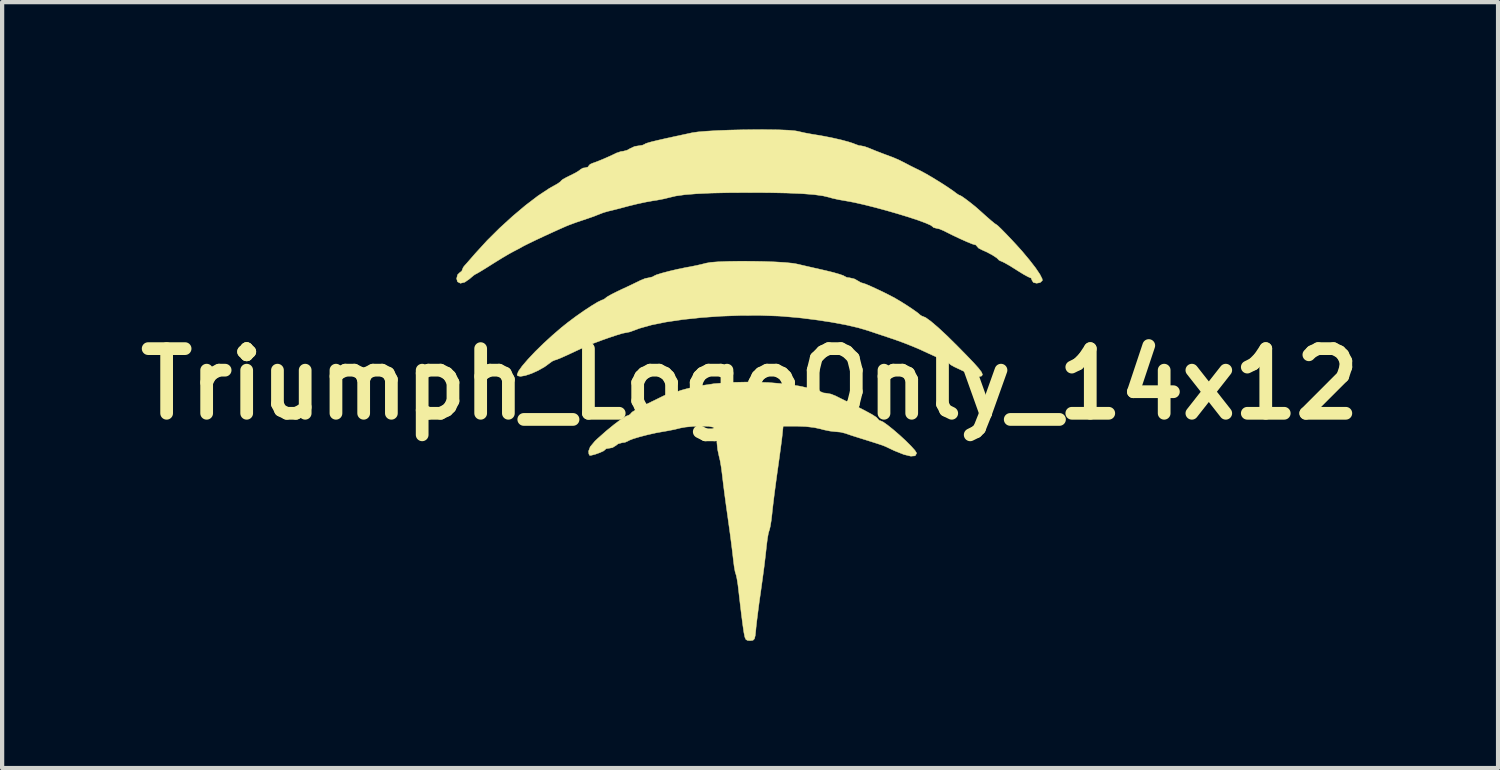
<source format=kicad_pcb>
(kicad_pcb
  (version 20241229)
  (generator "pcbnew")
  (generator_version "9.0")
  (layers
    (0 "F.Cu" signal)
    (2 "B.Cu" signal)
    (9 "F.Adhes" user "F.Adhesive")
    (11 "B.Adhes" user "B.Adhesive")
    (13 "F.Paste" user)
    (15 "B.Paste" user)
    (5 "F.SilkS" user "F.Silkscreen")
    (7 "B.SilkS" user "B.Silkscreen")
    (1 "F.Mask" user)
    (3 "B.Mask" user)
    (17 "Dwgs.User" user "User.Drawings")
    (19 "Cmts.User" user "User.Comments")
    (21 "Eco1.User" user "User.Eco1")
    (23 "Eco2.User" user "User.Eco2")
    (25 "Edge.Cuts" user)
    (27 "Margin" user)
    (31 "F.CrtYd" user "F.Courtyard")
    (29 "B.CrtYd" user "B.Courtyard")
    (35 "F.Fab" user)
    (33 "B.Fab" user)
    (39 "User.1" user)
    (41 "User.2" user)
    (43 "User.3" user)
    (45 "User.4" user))
  (footprint "Triumph_LogoOnly_14x12"
    (layer "F.Cu")
    (at 14.63 6.002)
    (property "Reference" "Triumph_LogoOnly_14x12" (at 0 0 0) (layer "F.SilkS") (effects (font (size 1.524 1.524) (thickness 0.3))))
    (attr through_hole)
    (fp_poly (pts (xy 0.036 -2.894) (xy 0.321 -2.889) (xy 0.588 -2.879) (xy 0.822 -2.865) (xy 1.003 -2.847) (xy 1.087 -2.833) (xy 1.253 -2.795) (xy 1.466 -2.746) (xy 1.691 -2.695) (xy 1.778 -2.675) (xy 1.959 -2.631) (xy 2.105 -2.589) (xy 2.2 -2.556) (xy 2.223 -2.542) (xy 2.28 -2.513) (xy 2.343 -2.505) (xy 2.456 -2.479) (xy 2.524 -2.442) (xy 2.609 -2.392) (xy 2.658 -2.377) (xy 2.716 -2.359) (xy 2.83 -2.311) (xy 2.978 -2.243) (xy 3.139 -2.167) (xy 3.292 -2.09) (xy 3.416 -2.024) (xy 3.43 -2.016) (xy 3.571 -1.932) (xy 3.718 -1.839) (xy 3.852 -1.749) (xy 3.953 -1.677) (xy 4.003 -1.634) (xy 4.005 -1.631) (xy 4.054 -1.599) (xy 4.063 -1.598) (xy 4.138 -1.567) (xy 4.264 -1.476) (xy 4.434 -1.331) (xy 4.643 -1.137) (xy 4.876 -0.907) (xy 5.102 -0.677) (xy 5.271 -0.501) (xy 5.387 -0.371) (xy 5.455 -0.281) (xy 5.478 -0.223) (xy 5.46 -0.19) (xy 5.408 -0.176) (xy 5.329 -0.173) (xy 5.229 -0.181) (xy 5.18 -0.202) (xy 5.178 -0.207) (xy 5.142 -0.241) (xy 5.048 -0.295) (xy 4.941 -0.346) (xy 4.815 -0.405) (xy 4.729 -0.453) (xy 4.703 -0.476) (xy 4.667 -0.507) (xy 4.576 -0.555) (xy 4.519 -0.581) (xy 4.386 -0.64) (xy 4.212 -0.719) (xy 4.035 -0.801) (xy 4.034 -0.802) (xy 3.85 -0.881) (xy 3.623 -0.971) (xy 3.394 -1.054) (xy 3.321 -1.078) (xy 3.13 -1.142) (xy 2.956 -1.2) (xy 2.825 -1.244) (xy 2.781 -1.259) (xy 2.547 -1.328) (xy 2.247 -1.397) (xy 1.899 -1.461) (xy 1.524 -1.517) (xy 1.14 -1.564) (xy 0.767 -1.596) (xy 0.683 -1.602) (xy 0.237 -1.618) (xy -0.228 -1.616) (xy -0.696 -1.599) (xy -1.154 -1.566) (xy -1.588 -1.52) (xy -1.984 -1.461) (xy -2.329 -1.391) (xy -2.609 -1.312) (xy -2.718 -1.271) (xy -2.833 -1.229) (xy -2.925 -1.21) (xy -2.93 -1.21) (xy -3.005 -1.195) (xy -3.138 -1.155) (xy -3.31 -1.098) (xy -3.5 -1.031) (xy -3.687 -0.961) (xy -3.849 -0.895) (xy -3.915 -0.866) (xy -4.054 -0.802) (xy -4.224 -0.723) (xy -4.329 -0.674) (xy -4.462 -0.615) (xy -4.564 -0.574) (xy -4.607 -0.562) (xy -4.665 -0.536) (xy -4.711 -0.502) (xy -4.842 -0.406) (xy -4.995 -0.319) (xy -5.153 -0.248) (xy -5.298 -0.2) (xy -5.413 -0.18) (xy -5.481 -0.195) (xy -5.491 -0.221) (xy -5.46 -0.3) (xy -5.372 -0.424) (xy -5.237 -0.581) (xy -5.067 -0.762) (xy -4.871 -0.954) (xy -4.659 -1.148) (xy -4.443 -1.334) (xy -4.304 -1.445) (xy -4.108 -1.592) (xy -3.914 -1.728) (xy -3.737 -1.844) (xy -3.592 -1.932) (xy -3.493 -1.98) (xy -3.464 -1.987) (xy -3.413 -2.019) (xy -3.411 -2.023) (xy -3.368 -2.056) (xy -3.264 -2.115) (xy -3.12 -2.187) (xy -3.051 -2.22) (xy -2.877 -2.301) (xy -2.72 -2.376) (xy -2.605 -2.432) (xy -2.583 -2.443) (xy -2.473 -2.488) (xy -2.386 -2.505) (xy -2.299 -2.526) (xy -2.271 -2.544) (xy -2.208 -2.574) (xy -2.079 -2.614) (xy -1.905 -2.66) (xy -1.706 -2.707) (xy -1.501 -2.749) (xy -1.409 -2.765) (xy -1.246 -2.798) (xy -1.09 -2.835) (xy -1.042 -2.848) (xy -0.93 -2.868) (xy -0.749 -2.882) (xy -0.516 -2.891) (xy -0.249 -2.895) (xy 0.036 -2.894)) (stroke (width 0.01) (type solid)) (fill yes) (layer "F.SilkS"))
    (fp_poly (pts (xy 0.426 -0.036) (xy 0.834 -0.002) (xy 1.155 0.047) (xy 1.346 0.088) (xy 1.507 0.127) (xy 1.617 0.159) (xy 1.655 0.177) (xy 1.729 0.209) (xy 1.792 0.216) (xy 1.901 0.235) (xy 2.011 0.278) (xy 2.109 0.327) (xy 2.256 0.4) (xy 2.42 0.481) (xy 2.435 0.489) (xy 2.689 0.617) (xy 2.868 0.714) (xy 2.976 0.783) (xy 3.017 0.827) (xy 3.018 0.832) (xy 3.052 0.862) (xy 3.068 0.864) (xy 3.133 0.892) (xy 3.241 0.968) (xy 3.376 1.076) (xy 3.524 1.204) (xy 3.669 1.337) (xy 3.794 1.462) (xy 3.885 1.563) (xy 3.925 1.627) (xy 3.926 1.633) (xy 3.891 1.692) (xy 3.79 1.701) (xy 3.625 1.661) (xy 3.399 1.571) (xy 3.191 1.472) (xy 3.123 1.445) (xy 2.994 1.402) (xy 2.827 1.349) (xy 2.738 1.321) (xy 2.555 1.264) (xy 2.394 1.213) (xy 2.28 1.174) (xy 2.25 1.163) (xy 2.133 1.134) (xy 2.012 1.123) (xy 1.886 1.109) (xy 1.729 1.077) (xy 1.662 1.058) (xy 1.509 1.025) (xy 1.312 1.002) (xy 1.115 0.994) (xy 0.78 0.994) (xy 0.759 1.199) (xy 0.746 1.315) (xy 0.722 1.496) (xy 0.692 1.719) (xy 0.658 1.963) (xy 0.645 2.052) (xy 0.609 2.314) (xy 0.574 2.58) (xy 0.544 2.822) (xy 0.522 3.012) (xy 0.519 3.048) (xy 0.499 3.218) (xy 0.476 3.357) (xy 0.456 3.442) (xy 0.451 3.451) (xy 0.432 3.517) (xy 0.409 3.646) (xy 0.388 3.813) (xy 0.381 3.88) (xy 0.36 4.067) (xy 0.331 4.31) (xy 0.295 4.579) (xy 0.258 4.845) (xy 0.253 4.881) (xy 0.217 5.131) (xy 0.185 5.376) (xy 0.158 5.591) (xy 0.14 5.751) (xy 0.138 5.778) (xy 0.123 5.925) (xy 0.103 6.006) (xy 0.069 6.04) (xy 0.009 6.048) (xy -0.004 6.048) (xy -0.06 6.044) (xy -0.098 6.022) (xy -0.124 5.965) (xy -0.146 5.855) (xy -0.172 5.678) (xy -0.173 5.67) (xy -0.204 5.431) (xy -0.236 5.164) (xy -0.264 4.922) (xy -0.265 4.912) (xy -0.286 4.735) (xy -0.309 4.59) (xy -0.329 4.499) (xy -0.335 4.483) (xy -0.354 4.419) (xy -0.376 4.294) (xy -0.396 4.133) (xy -0.399 4.107) (xy -0.418 3.942) (xy -0.446 3.718) (xy -0.48 3.461) (xy -0.517 3.199) (xy -0.526 3.132) (xy -0.563 2.872) (xy -0.598 2.612) (xy -0.628 2.378) (xy -0.65 2.196) (xy -0.654 2.16) (xy -0.677 1.977) (xy -0.706 1.807) (xy -0.735 1.686) (xy -0.735 1.685) (xy -0.765 1.544) (xy -0.782 1.377) (xy -0.783 1.332) (xy -0.787 1.171) (xy -0.81 1.071) (xy -0.868 1.018) (xy -0.979 0.997) (xy -1.158 0.994) (xy -1.166 0.994) (xy -1.35 0.999) (xy -1.521 1.015) (xy -1.643 1.037) (xy -1.647 1.038) (xy -1.78 1.071) (xy -1.948 1.104) (xy -2.036 1.119) (xy -2.22 1.152) (xy -2.416 1.196) (xy -2.601 1.244) (xy -2.754 1.29) (xy -2.854 1.329) (xy -2.876 1.343) (xy -2.949 1.375) (xy -3.011 1.382) (xy -3.112 1.41) (xy -3.159 1.447) (xy -3.243 1.499) (xy -3.315 1.512) (xy -3.394 1.525) (xy -3.418 1.548) (xy -3.454 1.578) (xy -3.543 1.618) (xy -3.651 1.657) (xy -3.747 1.681) (xy -3.779 1.685) (xy -3.8 1.648) (xy -3.807 1.583) (xy -3.768 1.48) (xy -3.655 1.344) (xy -3.599 1.291) (xy -3.393 1.108) (xy -3.203 0.953) (xy -3.043 0.833) (xy -2.923 0.758) (xy -2.858 0.734) (xy -2.815 0.705) (xy -2.813 0.694) (xy -2.777 0.659) (xy -2.68 0.598) (xy -2.541 0.524) (xy -2.478 0.493) (xy -2.309 0.411) (xy -2.157 0.337) (xy -2.048 0.283) (xy -2.029 0.274) (xy -1.922 0.231) (xy -1.845 0.216) (xy -1.748 0.195) (xy -1.7 0.174) (xy -1.627 0.148) (xy -1.492 0.111) (xy -1.316 0.07) (xy -1.195 0.044) (xy -0.847 -0.008) (xy -0.442 -0.039) (xy -0.009 -0.048) (xy 0.426 -0.036)) (stroke (width 0.01) (type solid)) (fill yes) (layer "F.SilkS"))
    (fp_poly (pts (xy 0.422 -5.996) (xy 0.685 -5.992) (xy 0.904 -5.983) (xy 1.061 -5.969) (xy 1.118 -5.959) (xy 1.28 -5.922) (xy 1.469 -5.887) (xy 1.55 -5.874) (xy 1.744 -5.841) (xy 1.953 -5.799) (xy 2.154 -5.753) (xy 2.324 -5.707) (xy 2.441 -5.669) (xy 2.467 -5.657) (xy 2.566 -5.621) (xy 2.612 -5.616) (xy 2.698 -5.599) (xy 2.811 -5.557) (xy 2.817 -5.555) (xy 2.935 -5.506) (xy 3.092 -5.445) (xy 3.201 -5.404) (xy 3.376 -5.339) (xy 3.516 -5.278) (xy 3.668 -5.201) (xy 3.71 -5.179) (xy 3.782 -5.141) (xy 3.903 -5.081) (xy 4.004 -5.032) (xy 4.142 -4.958) (xy 4.315 -4.857) (xy 4.5 -4.743) (xy 4.672 -4.631) (xy 4.808 -4.537) (xy 4.863 -4.494) (xy 4.925 -4.454) (xy 4.943 -4.449) (xy 4.99 -4.424) (xy 5.081 -4.36) (xy 5.195 -4.273) (xy 5.311 -4.18) (xy 5.398 -4.104) (xy 5.554 -3.964) (xy 5.682 -3.852) (xy 5.77 -3.78) (xy 5.806 -3.758) (xy 5.843 -3.729) (xy 5.924 -3.651) (xy 6.034 -3.539) (xy 6.159 -3.408) (xy 6.284 -3.273) (xy 6.395 -3.15) (xy 6.411 -3.132) (xy 6.588 -2.92) (xy 6.731 -2.735) (xy 6.832 -2.585) (xy 6.885 -2.48) (xy 6.89 -2.439) (xy 6.837 -2.391) (xy 6.755 -2.376) (xy 6.679 -2.393) (xy 6.647 -2.441) (xy 6.624 -2.498) (xy 6.605 -2.505) (xy 6.552 -2.528) (xy 6.446 -2.586) (xy 6.308 -2.671) (xy 6.263 -2.7) (xy 6.119 -2.79) (xy 6.001 -2.857) (xy 5.929 -2.892) (xy 5.919 -2.894) (xy 5.865 -2.921) (xy 5.862 -2.927) (xy 5.813 -2.974) (xy 5.712 -3.04) (xy 5.586 -3.108) (xy 5.47 -3.16) (xy 5.385 -3.204) (xy 5.351 -3.244) (xy 5.317 -3.281) (xy 5.3 -3.283) (xy 5.237 -3.301) (xy 5.117 -3.35) (xy 4.958 -3.421) (xy 4.778 -3.506) (xy 4.598 -3.596) (xy 4.567 -3.612) (xy 4.462 -3.656) (xy 4.387 -3.672) (xy 4.32 -3.691) (xy 4.307 -3.707) (xy 4.256 -3.744) (xy 4.134 -3.797) (xy 3.956 -3.863) (xy 3.734 -3.936) (xy 3.482 -4.013) (xy 3.215 -4.09) (xy 2.945 -4.163) (xy 2.686 -4.228) (xy 2.452 -4.281) (xy 2.256 -4.317) (xy 2.241 -4.32) (xy 2.08 -4.348) (xy 1.933 -4.381) (xy 1.874 -4.399) (xy 1.723 -4.435) (xy 1.509 -4.465) (xy 1.228 -4.487) (xy 0.874 -4.502) (xy 0.442 -4.511) (xy -0.005 -4.513) (xy -0.502 -4.51) (xy -0.918 -4.501) (xy -1.26 -4.485) (xy -1.535 -4.463) (xy -1.749 -4.433) (xy -1.902 -4.397) (xy -2.031 -4.365) (xy -2.198 -4.333) (xy -2.291 -4.319) (xy -2.454 -4.29) (xy -2.659 -4.246) (xy -2.863 -4.196) (xy -2.878 -4.192) (xy -3.054 -4.145) (xy -3.21 -4.105) (xy -3.317 -4.079) (xy -3.332 -4.076) (xy -3.452 -4.042) (xy -3.569 -3.997) (xy -3.685 -3.951) (xy -3.841 -3.897) (xy -3.936 -3.865) (xy -4.1 -3.81) (xy -4.257 -3.752) (xy -4.325 -3.725) (xy -4.477 -3.658) (xy -4.658 -3.576) (xy -4.852 -3.487) (xy -5.038 -3.4) (xy -5.198 -3.323) (xy -5.313 -3.266) (xy -5.362 -3.24) (xy -5.443 -3.194) (xy -5.557 -3.135) (xy -5.578 -3.124) (xy -5.681 -3.068) (xy -5.832 -2.979) (xy -6.004 -2.873) (xy -6.087 -2.821) (xy -6.241 -2.724) (xy -6.367 -2.647) (xy -6.447 -2.601) (xy -6.467 -2.592) (xy -6.51 -2.565) (xy -6.588 -2.5) (xy -6.605 -2.484) (xy -6.725 -2.4) (xy -6.827 -2.375) (xy -6.896 -2.41) (xy -6.917 -2.485) (xy -6.894 -2.577) (xy -6.852 -2.619) (xy -6.795 -2.664) (xy -6.787 -2.686) (xy -6.761 -2.75) (xy -6.733 -2.786) (xy -6.68 -2.845) (xy -6.588 -2.95) (xy -6.478 -3.077) (xy -6.463 -3.093) (xy -6.198 -3.383) (xy -5.905 -3.674) (xy -5.597 -3.955) (xy -5.291 -4.213) (xy -5.001 -4.434) (xy -4.742 -4.606) (xy -4.633 -4.668) (xy -4.527 -4.728) (xy -4.464 -4.775) (xy -4.455 -4.789) (xy -4.419 -4.821) (xy -4.326 -4.873) (xy -4.24 -4.915) (xy -4.116 -4.977) (xy -4.027 -5.032) (xy -4 -5.055) (xy -3.94 -5.091) (xy -3.891 -5.097) (xy -3.822 -5.115) (xy -3.807 -5.138) (xy -3.771 -5.179) (xy -3.71 -5.206) (xy -3.604 -5.244) (xy -3.455 -5.305) (xy -3.298 -5.374) (xy -3.169 -5.435) (xy -3.149 -5.446) (xy -3.043 -5.481) (xy -2.995 -5.486) (xy -2.899 -5.511) (xy -2.832 -5.549) (xy -2.722 -5.6) (xy -2.638 -5.614) (xy -2.538 -5.629) (xy -2.487 -5.652) (xy -2.462 -5.667) (xy -2.41 -5.685) (xy -2.322 -5.71) (xy -2.189 -5.742) (xy -2.002 -5.785) (xy -1.75 -5.84) (xy -1.424 -5.91) (xy -1.366 -5.923) (xy -1.228 -5.943) (xy -1.024 -5.96) (xy -0.771 -5.975) (xy -0.484 -5.986) (xy -0.179 -5.993) (xy 0.128 -5.997) (xy 0.422 -5.996)) (stroke (width 0.01) (type solid)) (fill yes) (layer "F.SilkS")))
  (gr_rect
    (start -3 -3)
    (end 32.261 15.054)
    (stroke (width 0.1) (type default))
    (fill no)
    (layer "Edge.Cuts")))
</source>
